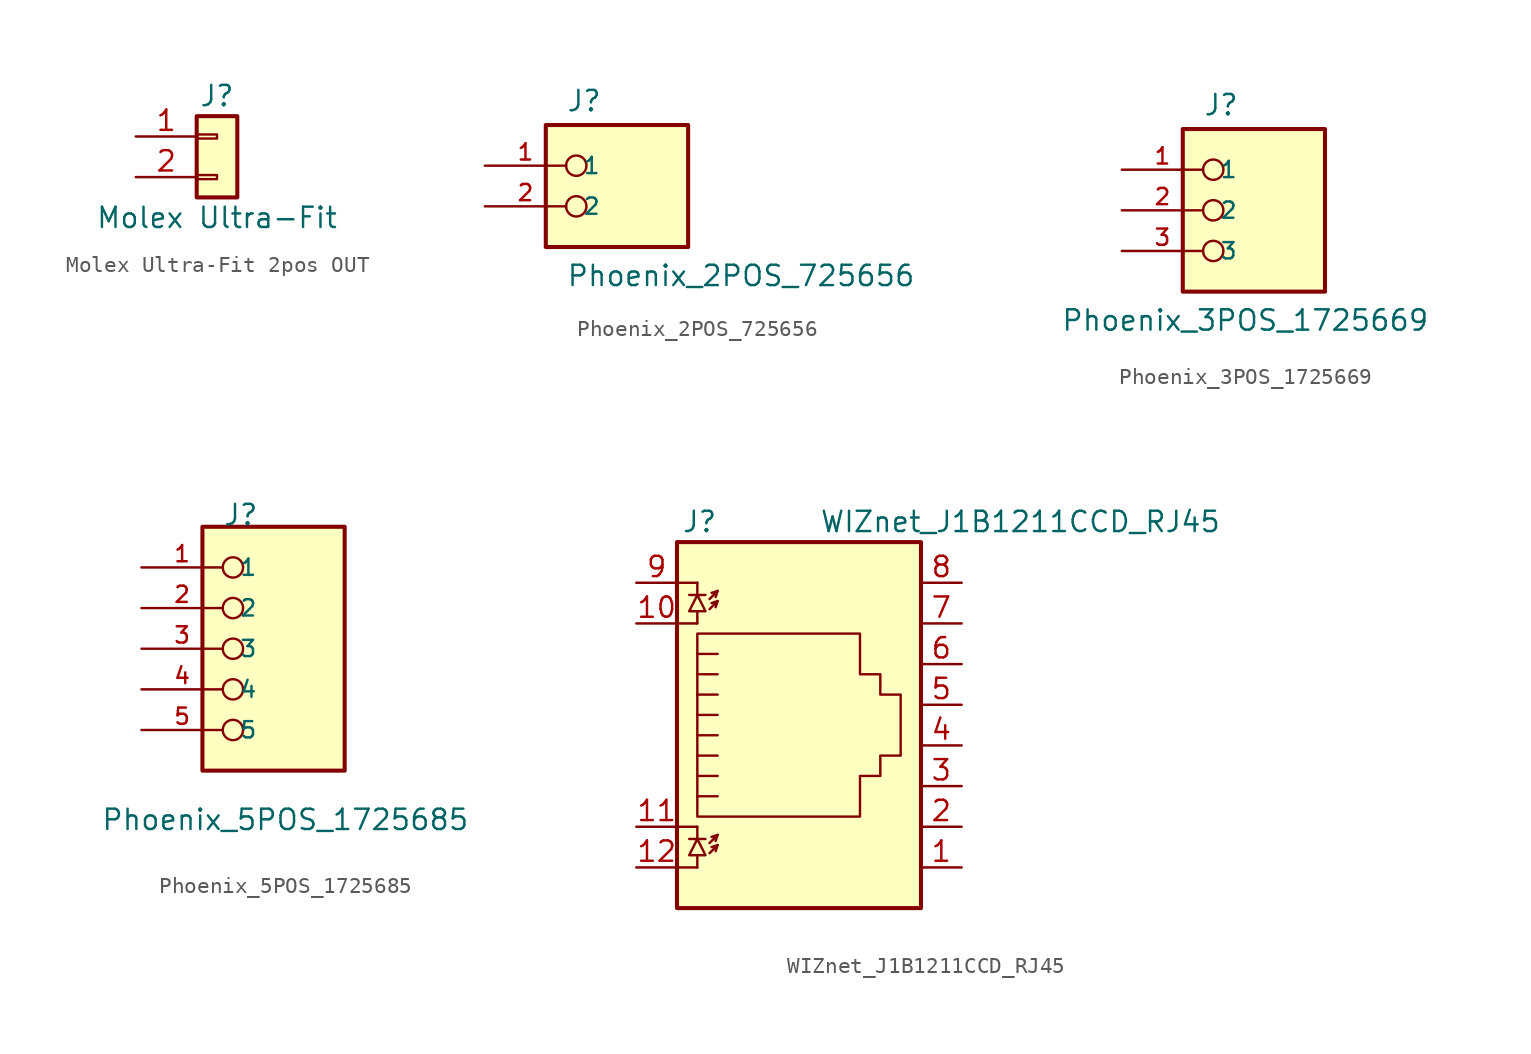
<source format=kicad_sym>
(kicad_symbol_lib
  (version 20220914)
  (generator kicad_symbol_editor)
  (symbol "Molex Ultra-Fit 2pos OUT"
    (pin_names
      (offset 1.016) hide)
    (property "Reference" "J"
      (at 0 2.54 0)
      (effects (font (size 1.27 1.27))))
    (property "Value" "Molex Ultra-Fit"
      (at 0 -5.08 0)
      (effects (font (size 1.27 1.27))))
    (symbol "Molex Ultra-Fit 2pos OUT_1_1"
      (rectangle (start -1.27 -2.413) (end 0 -2.667) (stroke (width 0.152) (type default)) (fill (type none)))
      (rectangle (start -1.27 0.127) (end 0 -0.127) (stroke (width 0.152) (type default)) (fill (type none)))
      (rectangle (start -1.27 1.27) (end 1.27 -3.81) (stroke (width 0.254) (type default)) (fill (type background)))
      (pin passive line (at -5.08 0 0) (length 3.81) (name "Pin_1" (effects (font (size 1.27 1.27)))) (number "1" (effects (font (size 1.27 1.27)))))
      (pin passive line (at -5.08 -2.54 0) (length 3.81) (name "Pin_2" (effects (font (size 1.27 1.27)))) (number "2" (effects (font (size 1.27 1.27)))))))
  (symbol "Phoenix_2POS_725656"
    (pin_names
      (offset 1.016))
    (property "Reference" "J"
      (at -2.54 5.842 0)
      (effects (font (size 1.27 1.27)) (justify left bottom)))
    (property "Value" "Phoenix_2POS_725656"
      (at -2.54 -5.08 0)
      (effects (font (size 1.27 1.27)) (justify left bottom)))
    (symbol "Phoenix_2POS_725656_0_0"
      (rectangle (start -3.81 -2.54) (end 5.08 5.08) (stroke (width 0.254) (type default)) (fill (type background)))
      (circle (center -1.905 0) (radius 0.635) (stroke (width 0.152) (type default)) (fill (type none)))
      (circle (center -1.905 2.54) (radius 0.635) (stroke (width 0.152) (type default)) (fill (type none)))
      (pin passive line (at -7.62 2.54 0) (length 5.08) (name "1" (effects (font (size 1.016 1.016)))) (number "1" (effects (font (size 1.016 1.016)))))
      (pin passive line (at -7.62 0 0) (length 5.08) (name "2" (effects (font (size 1.016 1.016)))) (number "2" (effects (font (size 1.016 1.016)))))))
  (symbol "Phoenix_3POS_1725669"
    (pin_names
      (offset 1.016))
    (property "Reference" "J"
      (at -2.54 5.842 0)
      (effects (font (size 1.27 1.27)) (justify left bottom)))
    (property "Value" "Phoenix_3POS_1725669"
      (at -11.43 -7.62 0)
      (effects (font (size 1.27 1.27)) (justify left bottom)))
    (symbol "Phoenix_3POS_1725669_0_0"
      (rectangle (start -3.81 5.08) (end 5.08 -5.08) (stroke (width 0.254) (type default)) (fill (type background)))
      (circle (center -1.905 -2.54) (radius 0.635) (stroke (width 0.152) (type default)) (fill (type none)))
      (circle (center -1.905 0) (radius 0.635) (stroke (width 0.152) (type default)) (fill (type none)))
      (circle (center -1.905 2.54) (radius 0.635) (stroke (width 0.152) (type default)) (fill (type none)))
      (pin passive line (at -7.62 2.54 0) (length 5.08) (name "1" (effects (font (size 1.016 1.016)))) (number "1" (effects (font (size 1.016 1.016)))))
      (pin passive line (at -7.62 0 0) (length 5.08) (name "2" (effects (font (size 1.016 1.016)))) (number "2" (effects (font (size 1.016 1.016)))))
      (pin passive line (at -7.62 -2.54 0) (length 5.08) (name "3" (effects (font (size 1.016 1.016)))) (number "3" (effects (font (size 1.016 1.016)))))))
  (symbol "Phoenix_5POS_1725685"
    (pin_names
      (offset 1.016))
    (property "Reference" "J"
      (at -2.54 7.62 0)
      (effects (font (size 1.27 1.27)) (justify left bottom)))
    (property "Value" "Phoenix_5POS_1725685"
      (at -10.16 -11.43 0)
      (effects (font (size 1.27 1.27)) (justify left bottom)))
    (symbol "Phoenix_5POS_1725685_0_0"
      (rectangle (start -3.81 7.62) (end 5.08 -7.62) (stroke (width 0.254) (type default)) (fill (type background)))
      (circle (center -1.905 -5.08) (radius 0.635) (stroke (width 0.152) (type default)) (fill (type none)))
      (circle (center -1.905 -2.54) (radius 0.635) (stroke (width 0.152) (type default)) (fill (type none)))
      (circle (center -1.905 0) (radius 0.635) (stroke (width 0.152) (type default)) (fill (type none)))
      (circle (center -1.905 2.54) (radius 0.635) (stroke (width 0.152) (type default)) (fill (type none)))
      (circle (center -1.905 5.08) (radius 0.635) (stroke (width 0.152) (type default)) (fill (type none)))
      (pin passive line (at -7.62 5.08 0) (length 5.08) (name "1" (effects (font (size 1.016 1.016)))) (number "1" (effects (font (size 1.016 1.016)))))
      (pin passive line (at -7.62 2.54 0) (length 5.08) (name "2" (effects (font (size 1.016 1.016)))) (number "2" (effects (font (size 1.016 1.016)))))
      (pin passive line (at -7.62 0 0) (length 5.08) (name "3" (effects (font (size 1.016 1.016)))) (number "3" (effects (font (size 1.016 1.016))))))
    (symbol "Phoenix_5POS_1725685_1_0"
      (pin passive line (at -7.62 -2.54 0) (length 5.08) (name "4" (effects (font (size 1.016 1.016)))) (number "4" (effects (font (size 1.016 1.016)))))
      (pin passive line (at -7.62 -5.08 0) (length 5.08) (name "5" (effects (font (size 1.016 1.016)))) (number "5" (effects (font (size 1.016 1.016)))))))
  (symbol "WIZnet_J1B1211CCD_RJ45"
    (pin_names
      (offset 1.016))
    (property "Reference" "J"
      (at -5.08 13.97 0)
      (effects (font (size 1.27 1.27)) (justify right)))
    (property "Value" "WIZnet_J1B1211CCD_RJ45"
      (at 1.27 13.97 0)
      (effects (font (size 1.27 1.27)) (justify left)))
    (symbol "WIZnet_J1B1211CCD_RJ45_0_1"
      (polyline (pts (xy -7.62 -7.62) (xy -6.35 -7.62)) (stroke (width 0) (type default)) (fill (type none)))
      (polyline (pts (xy -7.62 -5.08) (xy -6.35 -5.08)) (stroke (width 0) (type default)) (fill (type none)))
      (polyline (pts (xy -7.62 7.62) (xy -6.35 7.62)) (stroke (width 0) (type default)) (fill (type none)))
      (polyline (pts (xy -7.62 10.16) (xy -6.35 10.16)) (stroke (width 0) (type default)) (fill (type none)))
      (polyline (pts (xy -6.858 -5.842) (xy -5.842 -5.842)) (stroke (width 0) (type default)) (fill (type none)))
      (polyline (pts (xy -6.858 9.398) (xy -5.842 9.398)) (stroke (width 0) (type default)) (fill (type none)))
      (polyline (pts (xy -6.35 -7.62) (xy -6.35 -6.858)) (stroke (width 0) (type default)) (fill (type none)))
      (polyline (pts (xy -6.35 -5.08) (xy -6.35 -5.842)) (stroke (width 0) (type default)) (fill (type none)))
      (polyline (pts (xy -6.35 7.62) (xy -6.35 8.382)) (stroke (width 0) (type default)) (fill (type none)))
      (polyline (pts (xy -6.35 10.16) (xy -6.35 9.398)) (stroke (width 0) (type default)) (fill (type none)))
      (polyline (pts (xy -5.08 -6.223) (xy -5.207 -6.604)) (stroke (width 0) (type default)) (fill (type none)))
      (polyline (pts (xy -5.08 -5.588) (xy -5.207 -5.969)) (stroke (width 0) (type default)) (fill (type none)))
      (polyline (pts (xy -5.08 4.445) (xy -6.35 4.445)) (stroke (width 0) (type default)) (fill (type none)))
      (polyline (pts (xy -5.08 5.715) (xy -6.35 5.715)) (stroke (width 0) (type default)) (fill (type none)))
      (polyline (pts (xy -5.08 9.017) (xy -5.207 8.636)) (stroke (width 0) (type default)) (fill (type none)))
      (polyline (pts (xy -5.08 9.652) (xy -5.207 9.271)) (stroke (width 0) (type default)) (fill (type none)))
      (polyline (pts (xy -6.35 -3.175) (xy -5.08 -3.175) (xy -5.08 -3.175)) (stroke (width 0) (type default)) (fill (type none)))
      (polyline (pts (xy -6.35 -1.905) (xy -5.08 -1.905) (xy -5.08 -1.905)) (stroke (width 0) (type default)) (fill (type none)))
      (polyline (pts (xy -6.35 -0.635) (xy -5.08 -0.635) (xy -5.08 -0.635)) (stroke (width 0) (type default)) (fill (type none)))
      (polyline (pts (xy -6.35 0.635) (xy -5.08 0.635) (xy -5.08 0.635)) (stroke (width 0) (type default)) (fill (type none)))
      (polyline (pts (xy -6.35 1.905) (xy -5.08 1.905) (xy -5.08 1.905)) (stroke (width 0) (type default)) (fill (type none)))
      (polyline (pts (xy -5.588 -6.731) (xy -5.08 -6.223) (xy -5.461 -6.35)) (stroke (width 0) (type default)) (fill (type none)))
      (polyline (pts (xy -5.588 -6.096) (xy -5.08 -5.588) (xy -5.461 -5.715)) (stroke (width 0) (type default)) (fill (type none)))
      (polyline (pts (xy -5.588 8.509) (xy -5.08 9.017) (xy -5.461 8.89)) (stroke (width 0) (type default)) (fill (type none)))
      (polyline (pts (xy -5.588 9.144) (xy -5.08 9.652) (xy -5.461 9.525)) (stroke (width 0) (type default)) (fill (type none)))
      (polyline (pts (xy -5.08 3.175) (xy -6.35 3.175) (xy -6.35 3.175)) (stroke (width 0) (type default)) (fill (type none)))
      (polyline (pts (xy -6.35 -5.842) (xy -6.858 -6.858) (xy -5.842 -6.858) (xy -6.35 -5.842)) (stroke (width 0) (type default)) (fill (type none)))
      (polyline (pts (xy -6.35 9.398) (xy -6.858 8.382) (xy -5.842 8.382) (xy -6.35 9.398)) (stroke (width 0) (type default)) (fill (type none)))
      (polyline (pts (xy -6.35 -4.445) (xy -6.35 6.985) (xy 3.81 6.985) (xy 3.81 4.445) (xy 5.08 4.445) (xy 5.08 3.175) (xy 6.35 3.175) (xy 6.35 -0.635) (xy 5.08 -0.635) (xy 5.08 -1.905) (xy 3.81 -1.905) (xy 3.81 -4.445) (xy -6.35 -4.445) (xy -6.35 -4.445)) (stroke (width 0) (type default)) (fill (type none)))
      (rectangle (start 7.62 12.7) (end -7.62 -10.16) (stroke (width 0.254) (type default)) (fill (type background))))
    (symbol "WIZnet_J1B1211CCD_RJ45_1_1"
      (pin passive line (at 10.16 -7.62 180) (length 2.54) (name "~" (effects (font (size 1.27 1.27)))) (number "1" (effects (font (size 1.27 1.27)))))
      (pin passive line (at -10.16 7.62 0) (length 2.54) (name "~" (effects (font (size 1.27 1.27)))) (number "10" (effects (font (size 1.27 1.27)))))
      (pin passive line (at -10.16 -5.08 0) (length 2.54) (name "~" (effects (font (size 1.27 1.27)))) (number "11" (effects (font (size 1.27 1.27)))))
      (pin passive line (at -10.16 -7.62 0) (length 2.54) (name "~" (effects (font (size 1.27 1.27)))) (number "12" (effects (font (size 1.27 1.27)))))
      (pin passive line (at 10.16 -5.08 180) (length 2.54) (name "~" (effects (font (size 1.27 1.27)))) (number "2" (effects (font (size 1.27 1.27)))))
      (pin passive line (at 10.16 -2.54 180) (length 2.54) (name "~" (effects (font (size 1.27 1.27)))) (number "3" (effects (font (size 1.27 1.27)))))
      (pin passive line (at 10.16 0 180) (length 2.54) (name "~" (effects (font (size 1.27 1.27)))) (number "4" (effects (font (size 1.27 1.27)))))
      (pin passive line (at 10.16 2.54 180) (length 2.54) (name "~" (effects (font (size 1.27 1.27)))) (number "5" (effects (font (size 1.27 1.27)))))
      (pin passive line (at 10.16 5.08 180) (length 2.54) (name "~" (effects (font (size 1.27 1.27)))) (number "6" (effects (font (size 1.27 1.27)))))
      (pin passive line (at 10.16 7.62 180) (length 2.54) (name "~" (effects (font (size 1.27 1.27)))) (number "7" (effects (font (size 1.27 1.27)))))
      (pin passive line (at 10.16 10.16 180) (length 2.54) (name "~" (effects (font (size 1.27 1.27)))) (number "8" (effects (font (size 1.27 1.27)))))
      (pin passive line (at -10.16 10.16 0) (length 2.54) (name "~" (effects (font (size 1.27 1.27)))) (number "9" (effects (font (size 1.27 1.27))))))))
</source>
